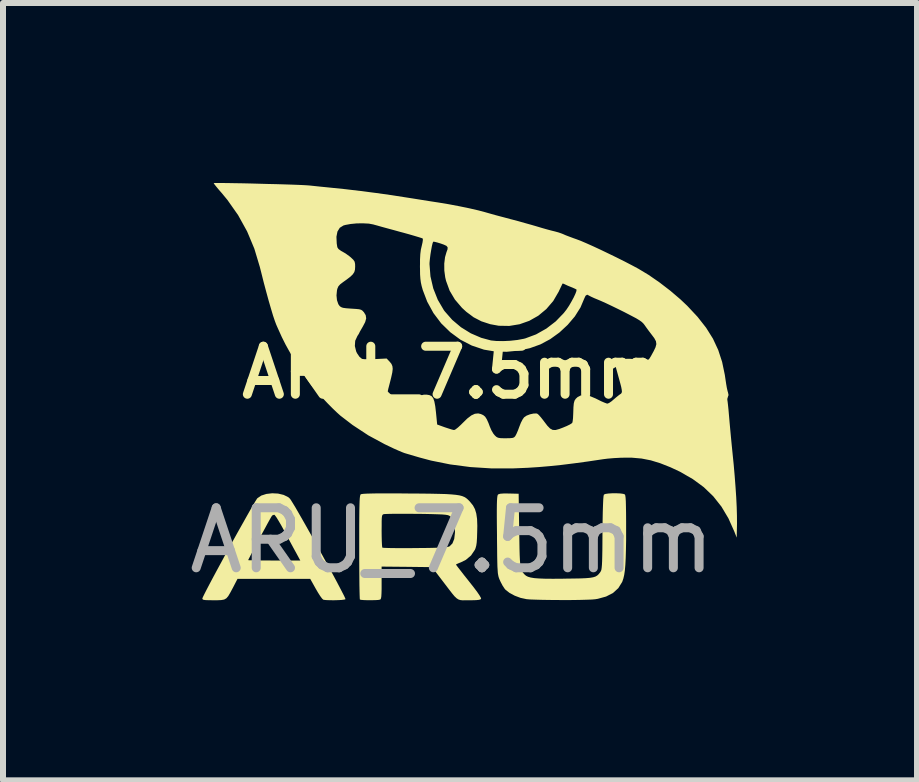
<source format=kicad_pcb>
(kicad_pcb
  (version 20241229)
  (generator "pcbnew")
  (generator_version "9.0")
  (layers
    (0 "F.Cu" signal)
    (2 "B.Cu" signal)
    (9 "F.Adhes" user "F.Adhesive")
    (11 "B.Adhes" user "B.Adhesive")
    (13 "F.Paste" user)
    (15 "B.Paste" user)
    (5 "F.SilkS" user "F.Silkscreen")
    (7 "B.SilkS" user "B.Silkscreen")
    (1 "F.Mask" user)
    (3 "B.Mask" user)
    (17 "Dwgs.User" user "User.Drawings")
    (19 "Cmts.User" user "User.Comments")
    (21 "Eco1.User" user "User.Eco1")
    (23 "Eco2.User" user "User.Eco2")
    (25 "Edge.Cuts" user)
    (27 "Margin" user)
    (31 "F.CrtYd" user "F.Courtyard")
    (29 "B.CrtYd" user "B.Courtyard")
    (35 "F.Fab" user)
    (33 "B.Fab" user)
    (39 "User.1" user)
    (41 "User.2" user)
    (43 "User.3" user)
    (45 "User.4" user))
  (footprint "ARU_7.5mm"
    (layer "F.Cu")
    (at 4.482 3.558)
    (property "Reference" "ARU_7.5mm" (at 0 -0.4 0) (unlocked yes) (layer "F.SilkS") (effects (font (size 0.8 0.8) (thickness 0.15))))
    (attr smd board_only exclude_from_pos_files exclude_from_bom allow_missing_courtyard)
    (fp_poly (pts (xy -2.897 1.618) (xy -2.805 1.64) (xy -2.729 1.677) (xy -2.703 1.7) (xy -2.685 1.724) (xy -2.654 1.774) (xy -2.61 1.846) (xy -2.557 1.938) (xy -2.496 2.044) (xy -2.428 2.164) (xy -2.356 2.292) (xy -2.281 2.426) (xy -2.205 2.563) (xy -2.13 2.7) (xy -2.057 2.832) (xy -1.989 2.958) (xy -1.927 3.073) (xy -1.874 3.174) (xy -1.83 3.259) (xy -1.797 3.323) (xy -1.778 3.365) (xy -1.774 3.379) (xy -1.794 3.385) (xy -1.84 3.391) (xy -1.901 3.394) (xy -1.971 3.396) (xy -2.04 3.395) (xy -2.098 3.393) (xy -2.139 3.388) (xy -2.146 3.385) (xy -2.165 3.367) (xy -2.196 3.325) (xy -2.233 3.267) (xy -2.268 3.207) (xy -2.362 3.039) (xy -2.968 3.039) (xy -3.574 3.04) (xy -3.65 3.187) (xy -3.694 3.269) (xy -3.728 3.327) (xy -3.759 3.363) (xy -3.796 3.384) (xy -3.845 3.393) (xy -3.913 3.396) (xy -3.973 3.396) (xy -4.056 3.395) (xy -4.11 3.393) (xy -4.142 3.388) (xy -4.156 3.379) (xy -4.16 3.368) (xy -4.152 3.346) (xy -4.129 3.299) (xy -4.093 3.228) (xy -4.046 3.138) (xy -3.99 3.032) (xy -3.926 2.913) (xy -3.856 2.784) (xy -3.825 2.727) (xy -3.396 2.727) (xy -3.379 2.729) (xy -3.334 2.73) (xy -3.263 2.732) (xy -3.172 2.733) (xy -3.065 2.733) (xy -2.962 2.734) (xy -2.527 2.734) (xy -2.594 2.61) (xy -2.626 2.552) (xy -2.669 2.473) (xy -2.719 2.38) (xy -2.771 2.283) (xy -2.801 2.228) (xy -2.847 2.144) (xy -2.89 2.071) (xy -2.925 2.014) (xy -2.951 1.979) (xy -2.962 1.97) (xy -2.992 1.981) (xy -3.001 1.991) (xy -3.013 2.01) (xy -3.038 2.054) (xy -3.073 2.117) (xy -3.115 2.195) (xy -3.162 2.281) (xy -3.21 2.372) (xy -3.259 2.463) (xy -3.303 2.547) (xy -3.342 2.621) (xy -3.372 2.679) (xy -3.391 2.716) (xy -3.396 2.727) (xy -3.825 2.727) (xy -3.783 2.649) (xy -3.707 2.512) (xy -3.632 2.374) (xy -3.558 2.241) (xy -3.487 2.115) (xy -3.422 1.999) (xy -3.364 1.897) (xy -3.315 1.812) (xy -3.277 1.748) (xy -3.251 1.707) (xy -3.242 1.695) (xy -3.177 1.651) (xy -3.092 1.624) (xy -2.996 1.613)) (stroke (width 0) (type solid)) (fill yes) (layer "F.SilkS"))
    (fp_poly (pts (xy 2.807 1.616) (xy 2.857 1.623) (xy 2.883 1.633) (xy 2.889 1.65) (xy 2.894 1.686) (xy 2.898 1.746) (xy 2.9 1.83) (xy 2.902 1.942) (xy 2.903 2.085) (xy 2.903 2.198) (xy 2.903 2.393) (xy 2.9 2.558) (xy 2.896 2.695) (xy 2.89 2.808) (xy 2.882 2.9) (xy 2.871 2.974) (xy 2.857 3.034) (xy 2.84 3.084) (xy 2.836 3.093) (xy 2.773 3.194) (xy 2.684 3.275) (xy 2.569 3.334) (xy 2.431 3.372) (xy 2.388 3.379) (xy 2.332 3.384) (xy 2.248 3.387) (xy 2.143 3.39) (xy 2.022 3.392) (xy 1.891 3.393) (xy 1.757 3.392) (xy 1.625 3.391) (xy 1.502 3.389) (xy 1.394 3.386) (xy 1.306 3.383) (xy 1.246 3.378) (xy 1.24 3.377) (xy 1.143 3.356) (xy 1.047 3.32) (xy 0.961 3.274) (xy 0.895 3.223) (xy 0.877 3.202) (xy 0.844 3.152) (xy 0.811 3.089) (xy 0.795 3.054) (xy 0.785 3.029) (xy 0.777 3.005) (xy 0.771 2.977) (xy 0.765 2.942) (xy 0.762 2.896) (xy 0.758 2.835) (xy 0.756 2.756) (xy 0.754 2.656) (xy 0.753 2.53) (xy 0.751 2.375) (xy 0.751 2.308) (xy 0.749 2.139) (xy 0.748 2) (xy 0.748 1.889) (xy 0.749 1.803) (xy 0.751 1.738) (xy 0.754 1.692) (xy 0.758 1.661) (xy 0.763 1.642) (xy 0.769 1.633) (xy 0.77 1.632) (xy 0.803 1.621) (xy 0.868 1.616) (xy 0.953 1.617) (xy 1.112 1.621) (xy 1.121 2.233) (xy 1.124 2.398) (xy 1.126 2.533) (xy 1.129 2.641) (xy 1.133 2.726) (xy 1.138 2.792) (xy 1.145 2.842) (xy 1.154 2.879) (xy 1.166 2.908) (xy 1.18 2.931) (xy 1.198 2.953) (xy 1.21 2.966) (xy 1.234 2.987) (xy 1.267 3.004) (xy 1.312 3.017) (xy 1.373 3.027) (xy 1.452 3.033) (xy 1.554 3.037) (xy 1.683 3.038) (xy 1.841 3.037) (xy 1.876 3.036) (xy 2.023 3.034) (xy 2.141 3.032) (xy 2.232 3.028) (xy 2.302 3.022) (xy 2.354 3.013) (xy 2.392 3.001) (xy 2.421 2.984) (xy 2.444 2.963) (xy 2.466 2.936) (xy 2.469 2.932) (xy 2.478 2.918) (xy 2.486 2.902) (xy 2.492 2.881) (xy 2.496 2.85) (xy 2.5 2.806) (xy 2.503 2.746) (xy 2.505 2.667) (xy 2.507 2.564) (xy 2.508 2.434) (xy 2.509 2.274) (xy 2.509 2.27) (xy 2.511 2.083) (xy 2.514 1.927) (xy 2.518 1.804) (xy 2.522 1.714) (xy 2.527 1.658) (xy 2.533 1.635) (xy 2.558 1.624) (xy 2.608 1.617) (xy 2.673 1.613) (xy 2.742 1.613)) (stroke (width 0) (type solid)) (fill yes) (layer "F.SilkS"))
    (fp_poly (pts (xy -0.963 1.615) (xy -0.776 1.616) (xy -0.718 1.617) (xy -0.521 1.618) (xy -0.354 1.62) (xy -0.215 1.623) (xy -0.1 1.626) (xy -0.008 1.632) (xy 0.066 1.639) (xy 0.125 1.648) (xy 0.171 1.66) (xy 0.207 1.675) (xy 0.238 1.694) (xy 0.265 1.717) (xy 0.292 1.744) (xy 0.305 1.759) (xy 0.351 1.816) (xy 0.384 1.878) (xy 0.406 1.952) (xy 0.419 2.042) (xy 0.423 2.156) (xy 0.421 2.255) (xy 0.418 2.357) (xy 0.413 2.433) (xy 0.405 2.487) (xy 0.393 2.529) (xy 0.383 2.554) (xy 0.319 2.649) (xy 0.233 2.722) (xy 0.153 2.762) (xy 0.106 2.781) (xy 0.075 2.795) (xy 0.068 2.801) (xy 0.078 2.817) (xy 0.106 2.854) (xy 0.15 2.91) (xy 0.204 2.98) (xy 0.268 3.06) (xy 0.282 3.078) (xy 0.36 3.177) (xy 0.421 3.258) (xy 0.462 3.319) (xy 0.484 3.358) (xy 0.486 3.37) (xy 0.475 3.382) (xy 0.449 3.389) (xy 0.403 3.394) (xy 0.331 3.396) (xy 0.288 3.396) (xy 0.226 3.396) (xy 0.179 3.397) (xy 0.141 3.393) (xy 0.109 3.383) (xy 0.078 3.363) (xy 0.044 3.331) (xy 0.004 3.283) (xy -0.048 3.216) (xy -0.115 3.128) (xy -0.157 3.073) (xy -0.332 2.844) (xy -0.752 2.839) (xy -1.172 2.835) (xy -1.172 3.105) (xy -1.172 3.208) (xy -1.174 3.283) (xy -1.177 3.333) (xy -1.182 3.363) (xy -1.19 3.38) (xy -1.198 3.385) (xy -1.228 3.391) (xy -1.28 3.394) (xy -1.344 3.395) (xy -1.41 3.395) (xy -1.471 3.393) (xy -1.515 3.389) (xy -1.534 3.384) (xy -1.536 3.366) (xy -1.538 3.316) (xy -1.54 3.239) (xy -1.542 3.138) (xy -1.543 3.016) (xy -1.544 2.877) (xy -1.545 2.722) (xy -1.545 2.557) (xy -1.545 2.512) (xy -1.545 2.315) (xy -1.545 2.239) (xy -1.172 2.239) (xy -1.171 2.331) (xy -1.169 2.411) (xy -1.166 2.473) (xy -1.162 2.511) (xy -1.159 2.519) (xy -1.14 2.522) (xy -1.091 2.524) (xy -1.016 2.526) (xy -0.92 2.527) (xy -0.806 2.527) (xy -0.68 2.527) (xy -0.612 2.526) (xy -0.457 2.525) (xy -0.333 2.523) (xy -0.236 2.52) (xy -0.163 2.517) (xy -0.109 2.513) (xy -0.073 2.508) (xy -0.049 2.501) (xy -0.038 2.496) (xy 0.009 2.448) (xy 0.038 2.374) (xy 0.05 2.274) (xy 0.051 2.241) (xy 0.043 2.134) (xy 0.019 2.055) (xy -0.022 2.001) (xy -0.048 1.985) (xy -0.07 1.977) (xy -0.107 1.971) (xy -0.162 1.966) (xy -0.239 1.963) (xy -0.341 1.96) (xy -0.471 1.957) (xy -0.594 1.956) (xy -0.722 1.955) (xy -0.841 1.955) (xy -0.946 1.955) (xy -1.032 1.956) (xy -1.095 1.958) (xy -1.129 1.96) (xy -1.133 1.96) (xy -1.147 1.965) (xy -1.158 1.974) (xy -1.165 1.992) (xy -1.169 2.025) (xy -1.171 2.077) (xy -1.171 2.154) (xy -1.172 2.239) (xy -1.545 2.239) (xy -1.545 2.149) (xy -1.544 2.012) (xy -1.543 1.901) (xy -1.541 1.814) (xy -1.539 1.747) (xy -1.536 1.698) (xy -1.532 1.664) (xy -1.527 1.643) (xy -1.522 1.632) (xy -1.521 1.631) (xy -1.506 1.626) (xy -1.473 1.622) (xy -1.42 1.619) (xy -1.345 1.617) (xy -1.245 1.615) (xy -1.118 1.615)) (stroke (width 0) (type solid)) (fill yes) (layer "F.SilkS"))
    (fp_poly (pts (xy -3.829 -3.558) (xy -3.733 -3.557) (xy -3.62 -3.555) (xy -3.492 -3.553) (xy -3.356 -3.55) (xy -3.213 -3.546) (xy -3.07 -3.542) (xy -2.929 -3.539) (xy -2.795 -3.535) (xy -2.672 -3.531) (xy -2.563 -3.527) (xy -2.474 -3.523) (xy -2.407 -3.519) (xy -2.369 -3.516) (xy -2.294 -3.508) (xy -2.199 -3.498) (xy -2.098 -3.488) (xy -2.029 -3.481) (xy -1.784 -3.456) (xy -1.523 -3.425) (xy -1.259 -3.391) (xy -1.003 -3.355) (xy -0.773 -3.319) (xy -0.651 -3.3) (xy -0.514 -3.278) (xy -0.376 -3.256) (xy -0.253 -3.237) (xy -0.238 -3.235) (xy -0.057 -3.205) (xy 0.122 -3.171) (xy 0.292 -3.136) (xy 0.443 -3.101) (xy 0.552 -3.072) (xy 0.608 -3.056) (xy 0.661 -3.041) (xy 0.718 -3.025) (xy 0.785 -3.007) (xy 0.869 -2.985) (xy 0.976 -2.956) (xy 1.019 -2.945) (xy 1.11 -2.921) (xy 1.219 -2.89) (xy 1.33 -2.859) (xy 1.409 -2.836) (xy 1.499 -2.809) (xy 1.587 -2.784) (xy 1.662 -2.764) (xy 1.715 -2.751) (xy 1.777 -2.734) (xy 1.834 -2.714) (xy 1.858 -2.704) (xy 1.894 -2.688) (xy 1.954 -2.665) (xy 2.027 -2.638) (xy 2.078 -2.62) (xy 2.147 -2.594) (xy 2.24 -2.554) (xy 2.352 -2.504) (xy 2.477 -2.446) (xy 2.61 -2.382) (xy 2.746 -2.316) (xy 2.878 -2.25) (xy 3.001 -2.186) (xy 3.104 -2.131) (xy 3.277 -2.027) (xy 3.458 -1.902) (xy 3.639 -1.763) (xy 3.809 -1.618) (xy 3.922 -1.511) (xy 4.094 -1.327) (xy 4.236 -1.146) (xy 4.35 -0.964) (xy 4.438 -0.775) (xy 4.503 -0.576) (xy 4.548 -0.36) (xy 4.558 -0.292) (xy 4.57 -0.212) (xy 4.582 -0.142) (xy 4.594 -0.09) (xy 4.601 -0.067) (xy 4.61 -0.024) (xy 4.601 0.001) (xy 4.589 0.041) (xy 4.591 0.064) (xy 4.595 0.09) (xy 4.601 0.143) (xy 4.609 0.219) (xy 4.617 0.311) (xy 4.626 0.414) (xy 4.626 0.416) (xy 4.637 0.537) (xy 4.649 0.666) (xy 4.661 0.79) (xy 4.672 0.9) (xy 4.678 0.959) (xy 4.696 1.137) (xy 4.712 1.321) (xy 4.726 1.504) (xy 4.738 1.68) (xy 4.746 1.843) (xy 4.75 1.986) (xy 4.751 2.104) (xy 4.751 2.122) (xy 4.746 2.352) (xy 4.706 2.25) (xy 4.608 2.031) (xy 4.492 1.836) (xy 4.356 1.664) (xy 4.197 1.511) (xy 4.013 1.376) (xy 3.801 1.254) (xy 3.643 1.18) (xy 3.471 1.112) (xy 3.314 1.064) (xy 3.161 1.034) (xy 3.001 1.02) (xy 2.914 1.019) (xy 2.81 1.021) (xy 2.698 1.027) (xy 2.593 1.036) (xy 2.521 1.045) (xy 2.266 1.083) (xy 2.037 1.114) (xy 1.829 1.14) (xy 1.636 1.16) (xy 1.45 1.176) (xy 1.267 1.188) (xy 1.078 1.196) (xy 1.002 1.199) (xy 0.652 1.198) (xy 0.306 1.176) (xy -0.03 1.132) (xy -0.348 1.068) (xy -0.539 1.017) (xy -0.621 0.993) (xy -0.698 0.97) (xy -0.76 0.952) (xy -0.79 0.943) (xy -0.827 0.929) (xy -0.889 0.903) (xy -0.968 0.868) (xy -1.056 0.826) (xy -1.121 0.795) (xy -1.393 0.648) (xy -1.656 0.475) (xy -1.858 0.32) (xy -1.917 0.267) (xy -1.991 0.196) (xy -2.074 0.112) (xy -2.158 0.023) (xy -2.238 -0.065) (xy -2.307 -0.144) (xy -2.329 -0.17) (xy -2.362 -0.214) (xy -2.408 -0.277) (xy -2.459 -0.351) (xy -2.512 -0.429) (xy -2.561 -0.502) (xy -2.6 -0.563) (xy -2.624 -0.603) (xy -2.641 -0.633) (xy -2.67 -0.683) (xy -2.705 -0.744) (xy -2.716 -0.763) (xy -2.774 -0.868) (xy -2.835 -0.99) (xy -2.902 -1.138) (xy -2.928 -1.197) (xy -2.951 -1.258) (xy -2.981 -1.347) (xy -3.015 -1.461) (xy -3.054 -1.595) (xy -3.095 -1.745) (xy -3.138 -1.906) (xy -3.18 -2.074) (xy -3.202 -2.16) (xy -3.293 -2.463) (xy -3.376 -2.662) (xy -1.925 -2.662) (xy -1.92 -2.55) (xy -1.91 -2.487) (xy -1.89 -2.457) (xy -1.847 -2.426) (xy -1.83 -2.417) (xy -1.773 -2.384) (xy -1.712 -2.34) (xy -1.685 -2.318) (xy -1.644 -2.279) (xy -1.622 -2.247) (xy -1.614 -2.208) (xy -1.613 -2.162) (xy -1.616 -2.114) (xy -1.627 -2.074) (xy -1.652 -2.036) (xy -1.693 -1.996) (xy -1.757 -1.947) (xy -1.812 -1.908) (xy -1.863 -1.869) (xy -1.893 -1.835) (xy -1.91 -1.795) (xy -1.916 -1.768) (xy -1.924 -1.685) (xy -1.916 -1.605) (xy -1.893 -1.538) (xy -1.871 -1.507) (xy -1.848 -1.49) (xy -1.816 -1.478) (xy -1.766 -1.471) (xy -1.69 -1.465) (xy -1.673 -1.464) (xy -1.597 -1.459) (xy -1.547 -1.454) (xy -1.514 -1.445) (xy -1.491 -1.43) (xy -1.47 -1.407) (xy -1.468 -1.406) (xy -1.437 -1.355) (xy -1.429 -1.302) (xy -1.446 -1.24) (xy -1.486 -1.164) (xy -1.515 -1.114) (xy -1.537 -1.076) (xy -1.545 -1.058) (xy -1.545 -1.058) (xy -1.554 -1.041) (xy -1.575 -1.009) (xy -1.577 -1.005) (xy -1.612 -0.929) (xy -1.618 -0.841) (xy -1.596 -0.751) (xy -1.581 -0.72) (xy -1.54 -0.66) (xy -1.5 -0.628) (xy -1.494 -0.626) (xy -1.46 -0.622) (xy -1.401 -0.621) (xy -1.327 -0.622) (xy -1.27 -0.624) (xy -1.088 -0.633) (xy -1.036 -0.578) (xy -1.008 -0.543) (xy -0.992 -0.505) (xy -0.987 -0.46) (xy -0.994 -0.4) (xy -1.012 -0.318) (xy -1.027 -0.258) (xy -1.045 -0.188) (xy -1.06 -0.131) (xy -1.068 -0.094) (xy -1.07 -0.085) (xy -1.057 -0.069) (xy -1.023 -0.038) (xy -0.975 0.003) (xy -0.949 0.024) (xy -0.9 0.062) (xy -0.865 0.088) (xy -0.835 0.101) (xy -0.803 0.102) (xy -0.763 0.09) (xy -0.707 0.065) (xy -0.628 0.027) (xy -0.608 0.018) (xy -0.531 -0.015) (xy -0.469 -0.03) (xy -0.423 -0.031) (xy -0.375 -0.023) (xy -0.339 -0.005) (xy -0.312 0.029) (xy -0.293 0.083) (xy -0.278 0.162) (xy -0.266 0.264) (xy -0.246 0.467) (xy -0.119 0.513) (xy -0.055 0.534) (xy -0.001 0.551) (xy 0.033 0.559) (xy 0.037 0.559) (xy 0.06 0.548) (xy 0.1 0.517) (xy 0.149 0.472) (xy 0.177 0.444) (xy 0.257 0.366) (xy 0.324 0.315) (xy 0.382 0.288) (xy 0.437 0.282) (xy 0.481 0.292) (xy 0.521 0.31) (xy 0.553 0.336) (xy 0.58 0.378) (xy 0.609 0.442) (xy 0.631 0.501) (xy 0.658 0.564) (xy 0.691 0.62) (xy 0.715 0.649) (xy 0.741 0.673) (xy 0.768 0.687) (xy 0.805 0.694) (xy 0.863 0.696) (xy 0.897 0.696) (xy 0.965 0.695) (xy 1.008 0.691) (xy 1.034 0.682) (xy 1.052 0.665) (xy 1.058 0.656) (xy 1.077 0.62) (xy 1.101 0.564) (xy 1.124 0.502) (xy 1.149 0.438) (xy 1.178 0.382) (xy 1.202 0.348) (xy 1.244 0.319) (xy 1.301 0.297) (xy 1.361 0.284) (xy 1.41 0.283) (xy 1.426 0.289) (xy 1.448 0.308) (xy 1.483 0.348) (xy 1.525 0.401) (xy 1.536 0.416) (xy 1.591 0.488) (xy 1.636 0.534) (xy 1.679 0.557) (xy 1.727 0.559) (xy 1.788 0.542) (xy 1.849 0.519) (xy 1.914 0.492) (xy 1.967 0.466) (xy 1.999 0.445) (xy 2.005 0.44) (xy 2.012 0.413) (xy 2.018 0.361) (xy 2.021 0.295) (xy 2.022 0.272) (xy 2.025 0.18) (xy 2.031 0.115) (xy 2.043 0.07) (xy 2.064 0.038) (xy 2.093 0.011) (xy 2.094 0.01) (xy 2.151 -0.019) (xy 2.217 -0.025) (xy 2.297 -0.008) (xy 2.395 0.033) (xy 2.423 0.047) (xy 2.487 0.079) (xy 2.543 0.103) (xy 2.581 0.117) (xy 2.591 0.119) (xy 2.619 0.108) (xy 2.66 0.08) (xy 2.689 0.055) (xy 2.737 0.014) (xy 2.782 -0.022) (xy 2.801 -0.036) (xy 2.818 -0.047) (xy 2.828 -0.061) (xy 2.833 -0.081) (xy 2.83 -0.112) (xy 2.821 -0.16) (xy 2.803 -0.229) (xy 2.777 -0.323) (xy 2.765 -0.367) (xy 2.727 -0.504) (xy 2.789 -0.566) (xy 2.825 -0.597) (xy 2.863 -0.618) (xy 2.91 -0.628) (xy 2.972 -0.628) (xy 3.055 -0.62) (xy 3.133 -0.609) (xy 3.193 -0.6) (xy 3.235 -0.598) (xy 3.265 -0.606) (xy 3.29 -0.63) (xy 3.317 -0.673) (xy 3.354 -0.741) (xy 3.361 -0.753) (xy 3.393 -0.82) (xy 3.407 -0.873) (xy 3.4 -0.921) (xy 3.372 -0.973) (xy 3.323 -1.038) (xy 3.278 -1.097) (xy 3.235 -1.156) (xy 3.209 -1.193) (xy 3.189 -1.218) (xy 3.163 -1.243) (xy 3.125 -1.27) (xy 3.071 -1.303) (xy 2.995 -1.343) (xy 2.895 -1.395) (xy 2.868 -1.409) (xy 2.765 -1.46) (xy 2.662 -1.51) (xy 2.567 -1.555) (xy 2.487 -1.591) (xy 2.435 -1.613) (xy 2.372 -1.639) (xy 2.32 -1.663) (xy 2.289 -1.679) (xy 2.284 -1.682) (xy 2.254 -1.697) (xy 2.227 -1.679) (xy 2.206 -1.634) (xy 2.142 -1.483) (xy 2.048 -1.334) (xy 1.929 -1.194) (xy 1.791 -1.066) (xy 1.637 -0.955) (xy 1.474 -0.868) (xy 1.298 -0.805) (xy 1.107 -0.764) (xy 0.911 -0.745) (xy 0.718 -0.75) (xy 0.538 -0.78) (xy 0.533 -0.781) (xy 0.331 -0.849) (xy 0.143 -0.946) (xy -0.027 -1.071) (xy -0.179 -1.219) (xy -0.308 -1.39) (xy -0.412 -1.58) (xy -0.486 -1.774) (xy -0.505 -1.842) (xy -0.518 -1.902) (xy -0.526 -1.963) (xy -0.531 -2.035) (xy -0.532 -2.129) (xy -0.533 -2.165) (xy -0.532 -2.207) (xy -0.374 -2.207) (xy -0.358 -2.002) (xy -0.311 -1.801) (xy -0.236 -1.612) (xy -0.134 -1.438) (xy -0.118 -1.417) (xy 0.005 -1.277) (xy 0.151 -1.154) (xy 0.314 -1.053) (xy 0.488 -0.978) (xy 0.651 -0.934) (xy 0.742 -0.925) (xy 0.853 -0.923) (xy 0.973 -0.929) (xy 1.091 -0.942) (xy 1.193 -0.961) (xy 1.222 -0.968) (xy 1.402 -1.035) (xy 1.574 -1.132) (xy 1.73 -1.252) (xy 1.864 -1.391) (xy 1.91 -1.45) (xy 1.952 -1.513) (xy 1.992 -1.582) (xy 2.029 -1.65) (xy 2.057 -1.71) (xy 2.074 -1.756) (xy 2.077 -1.781) (xy 2.075 -1.783) (xy 2.053 -1.795) (xy 2.011 -1.814) (xy 1.986 -1.824) (xy 1.934 -1.845) (xy 1.891 -1.865) (xy 1.879 -1.871) (xy 1.852 -1.882) (xy 1.843 -1.882) (xy 1.835 -1.865) (xy 1.816 -1.825) (xy 1.789 -1.769) (xy 1.78 -1.749) (xy 1.688 -1.591) (xy 1.573 -1.457) (xy 1.439 -1.346) (xy 1.289 -1.261) (xy 1.127 -1.204) (xy 0.956 -1.176) (xy 0.78 -1.179) (xy 0.638 -1.205) (xy 0.491 -1.253) (xy 0.362 -1.32) (xy 0.24 -1.411) (xy 0.168 -1.477) (xy 0.05 -1.615) (xy -0.038 -1.763) (xy -0.098 -1.927) (xy -0.112 -1.986) (xy -0.127 -2.099) (xy -0.128 -2.215) (xy -0.115 -2.322) (xy -0.091 -2.405) (xy -0.073 -2.454) (xy -0.072 -2.487) (xy -0.092 -2.511) (xy -0.138 -2.532) (xy -0.186 -2.549) (xy -0.245 -2.567) (xy -0.289 -2.578) (xy -0.311 -2.58) (xy -0.312 -2.58) (xy -0.322 -2.556) (xy -0.334 -2.507) (xy -0.346 -2.441) (xy -0.358 -2.368) (xy -0.367 -2.296) (xy -0.373 -2.234) (xy -0.374 -2.207) (xy -0.532 -2.207) (xy -0.532 -2.282) (xy -0.527 -2.374) (xy -0.518 -2.447) (xy -0.503 -2.511) (xy -0.503 -2.511) (xy -0.49 -2.568) (xy -0.484 -2.612) (xy -0.487 -2.633) (xy -0.507 -2.641) (xy -0.555 -2.656) (xy -0.625 -2.677) (xy -0.714 -2.703) (xy -0.815 -2.731) (xy -0.857 -2.742) (xy -0.969 -2.773) (xy -1.076 -2.802) (xy -1.171 -2.828) (xy -1.248 -2.85) (xy -1.3 -2.864) (xy -1.309 -2.867) (xy -1.384 -2.881) (xy -1.48 -2.886) (xy -1.585 -2.885) (xy -1.688 -2.875) (xy -1.776 -2.859) (xy -1.808 -2.85) (xy -1.869 -2.812) (xy -1.908 -2.749) (xy -1.925 -2.662) (xy -3.376 -2.662) (xy -3.414 -2.752) (xy -3.564 -3.023) (xy -3.742 -3.276) (xy -3.838 -3.392) (xy -3.891 -3.453) (xy -3.933 -3.504) (xy -3.961 -3.54) (xy -3.971 -3.556) (xy -3.971 -3.556) (xy -3.952 -3.558) (xy -3.904 -3.558)) (stroke (width 0) (type solid)) (fill yes) (layer "F.SilkS"))
    (fp_text user "${REFERENCE}" (at 0 2.4 0) (unlocked yes) (layer "F.Fab") (effects (font (size 1 1) (thickness 0.15)))))
  (gr_rect
    (start -3 -3)
    (end 12.233 9.955)
    (stroke (width 0.1) (type default))
    (fill no)
    (layer "Edge.Cuts")))
</source>
